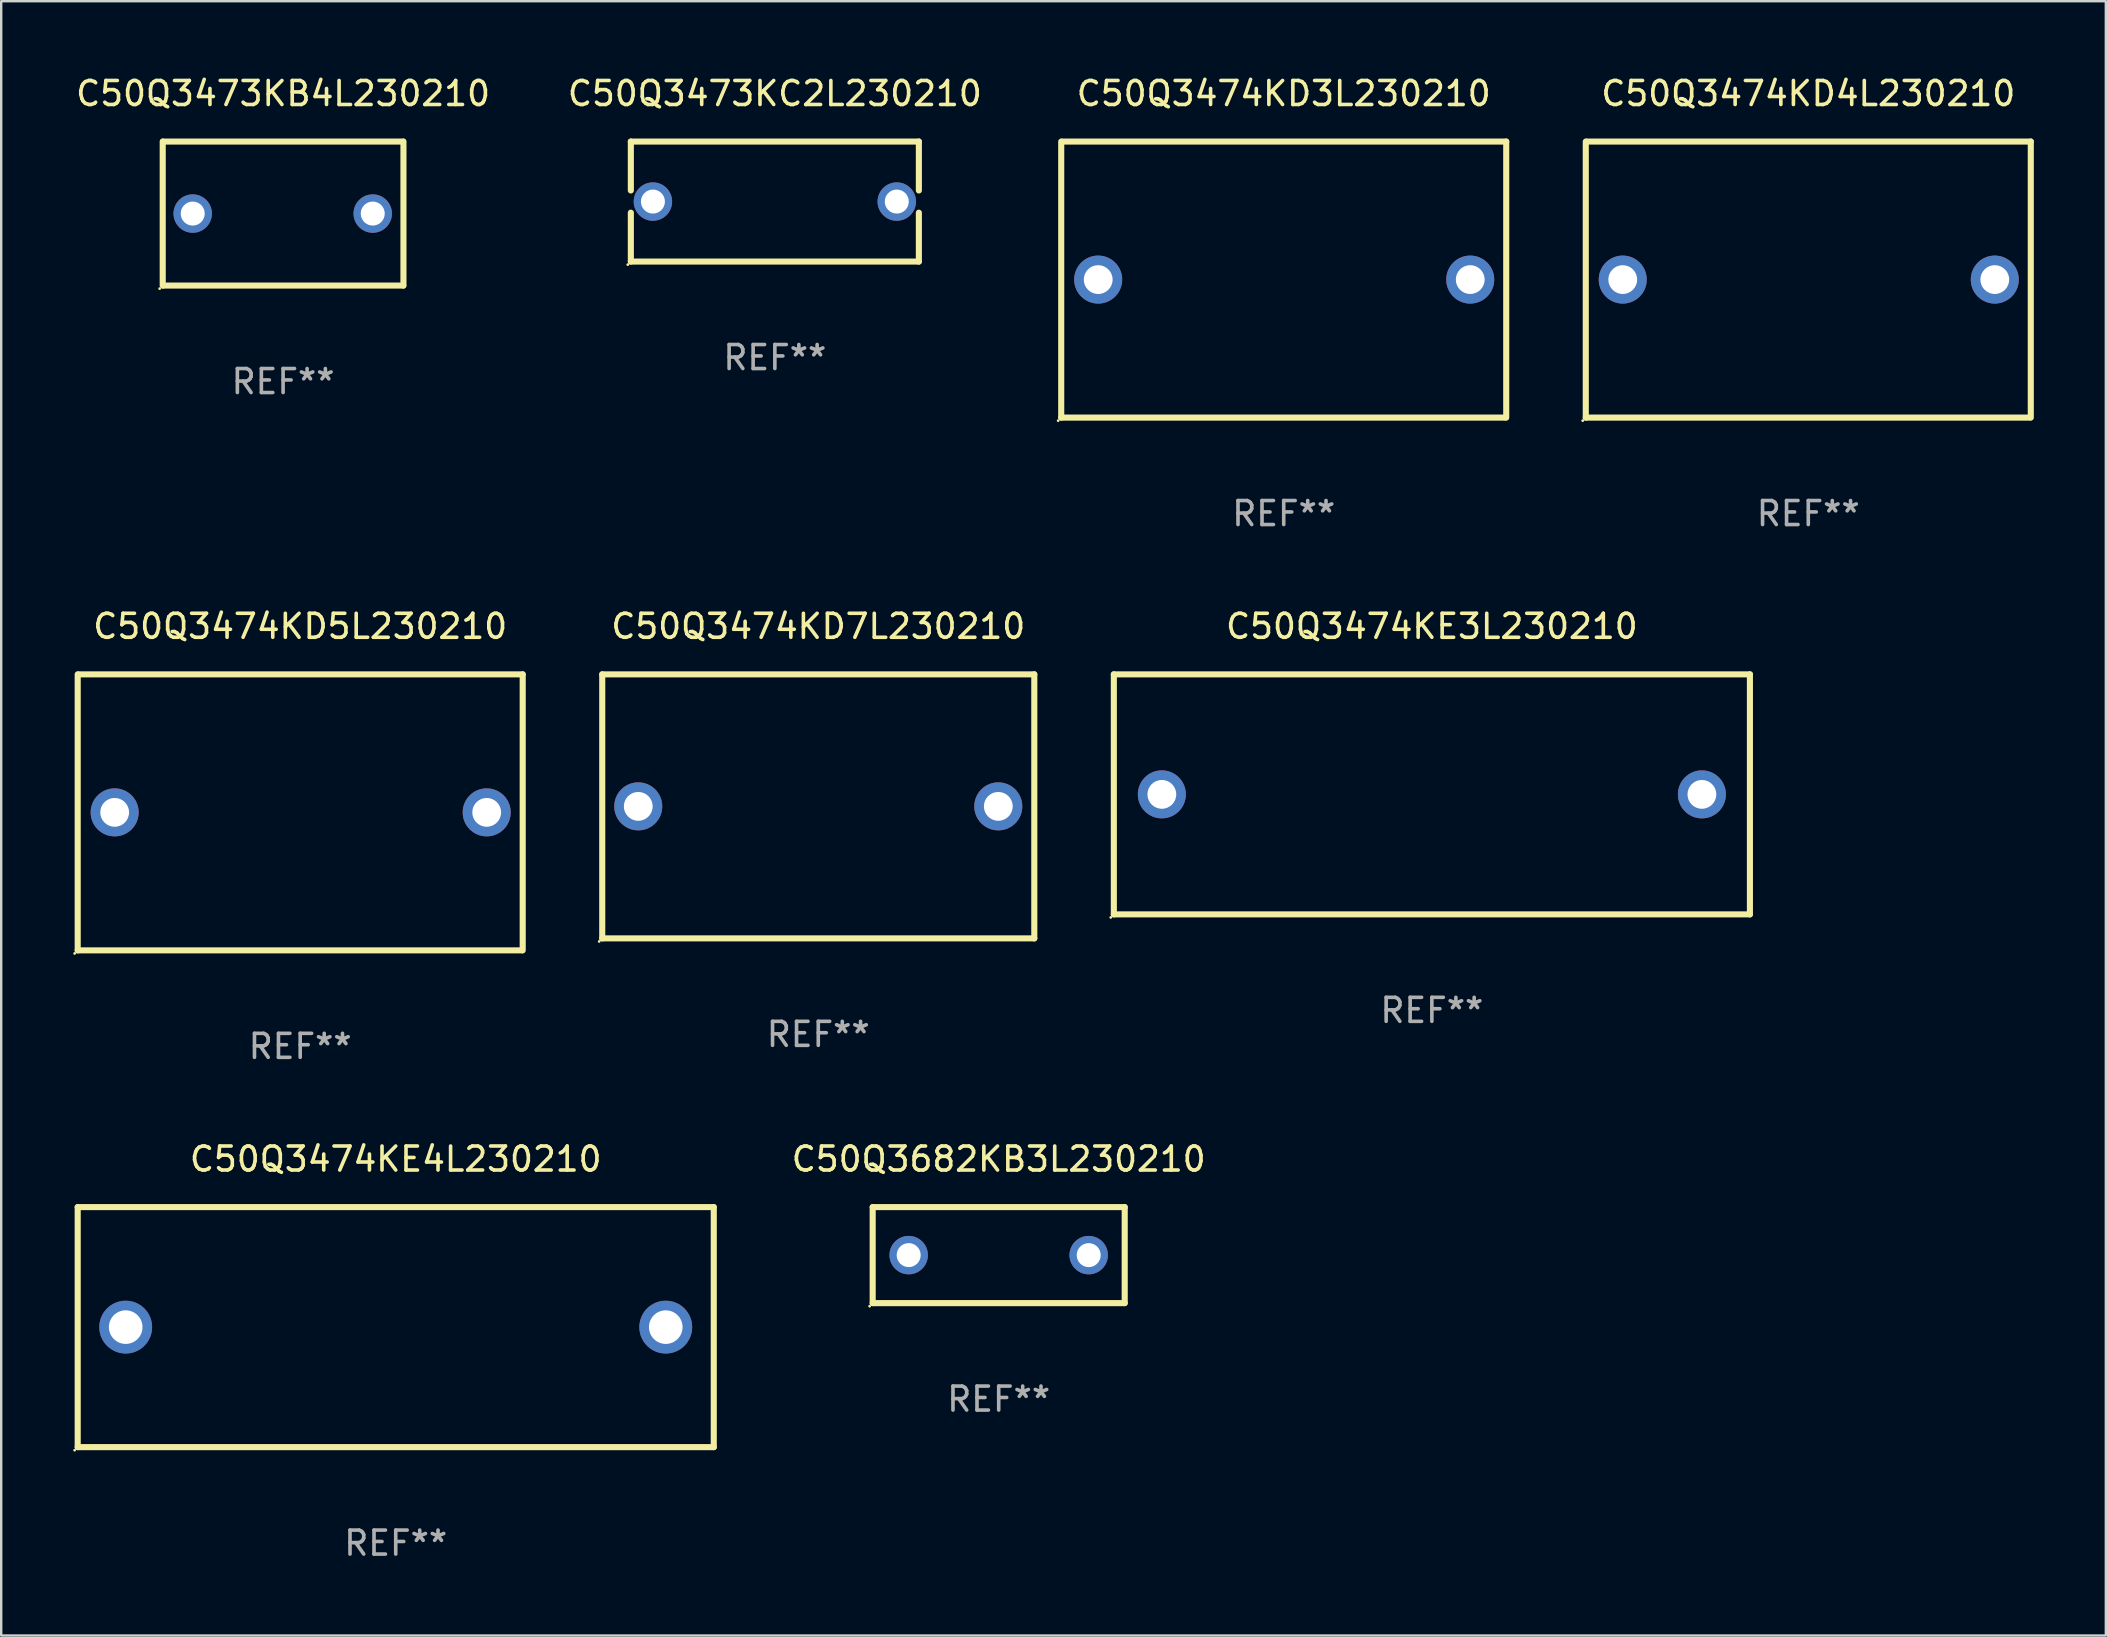
<source format=kicad_pcb>
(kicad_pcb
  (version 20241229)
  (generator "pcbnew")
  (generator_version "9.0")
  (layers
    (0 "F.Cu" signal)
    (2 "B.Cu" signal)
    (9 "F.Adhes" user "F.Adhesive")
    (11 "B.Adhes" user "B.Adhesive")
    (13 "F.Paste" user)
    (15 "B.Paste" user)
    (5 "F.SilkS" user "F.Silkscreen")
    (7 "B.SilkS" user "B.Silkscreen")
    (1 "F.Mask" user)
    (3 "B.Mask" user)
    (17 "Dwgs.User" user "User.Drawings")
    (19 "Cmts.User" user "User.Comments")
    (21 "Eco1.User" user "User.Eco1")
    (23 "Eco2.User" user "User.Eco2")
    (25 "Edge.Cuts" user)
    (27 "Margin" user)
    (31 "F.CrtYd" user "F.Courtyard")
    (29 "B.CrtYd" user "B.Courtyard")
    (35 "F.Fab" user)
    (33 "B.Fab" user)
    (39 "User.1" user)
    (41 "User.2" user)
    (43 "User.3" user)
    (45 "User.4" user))
  (footprint "C50Q3474KD3L230210"
    (layer "F.Cu")
    (at 50.433 8.598)
    (property "Reference" "C50Q3474KD3L230210" (at 0 -7.75 0) (layer "F.SilkS") (effects (font (size 1 1) (thickness 0.15))))
    (attr through_hole)
    (fp_line (start -9.27 5.75) (end -9.27 -5.75) (stroke (width 0.254) (type solid)) (layer "F.SilkS"))
    (fp_line (start -9.23 -5.75) (end 9.27 -5.75) (stroke (width 0.254) (type solid)) (layer "F.SilkS"))
    (fp_line (start 9.23 5.75) (end -9.27 5.75) (stroke (width 0.254) (type solid)) (layer "F.SilkS"))
    (fp_line (start 9.27 -5.75) (end 9.27 5.75) (stroke (width 0.254) (type solid)) (layer "F.SilkS"))
    (fp_circle (center -9.397 5.877) (end -9.367 5.877) (stroke (width 0.06) (type solid)) (fill no) (layer "F.SilkS"))
    (fp_text user "REF**" (at 0 9.75 0) (layer "F.Fab") (effects (font (size 1 1) (thickness 0.15))))
    (pad "1" thru_hole circle (at -7.73 0) (size 2 2) (drill 1.2) (layers "*.Cu" "*.Mask"))
    (pad "2" thru_hole circle (at 7.77 0) (size 2 2) (drill 1.2) (layers "*.Cu" "*.Mask")))
  (footprint "C50Q3474KD5L230210"
    (layer "F.Cu")
    (at 9.457 30.795)
    (property "Reference" "C50Q3474KD5L230210" (at 0 -7.75 0) (layer "F.SilkS") (effects (font (size 1 1) (thickness 0.15))))
    (attr through_hole)
    (fp_line (start -9.27 5.75) (end -9.27 -5.75) (stroke (width 0.254) (type solid)) (layer "F.SilkS"))
    (fp_line (start -9.23 -5.75) (end 9.27 -5.75) (stroke (width 0.254) (type solid)) (layer "F.SilkS"))
    (fp_line (start 9.23 5.75) (end -9.27 5.75) (stroke (width 0.254) (type solid)) (layer "F.SilkS"))
    (fp_line (start 9.27 -5.75) (end 9.27 5.75) (stroke (width 0.254) (type solid)) (layer "F.SilkS"))
    (fp_circle (center -9.397 5.877) (end -9.367 5.877) (stroke (width 0.06) (type solid)) (fill no) (layer "F.SilkS"))
    (fp_text user "REF**" (at 0 9.75 0) (layer "F.Fab") (effects (font (size 1 1) (thickness 0.15))))
    (pad "1" thru_hole circle (at -7.73 0) (size 2 2) (drill 1.2) (layers "*.Cu" "*.Mask"))
    (pad "2" thru_hole circle (at 7.77 0) (size 2 2) (drill 1.2) (layers "*.Cu" "*.Mask")))
  (footprint "C50Q3474KD4L230210"
    (layer "F.Cu")
    (at 72.287 8.598)
    (property "Reference" "C50Q3474KD4L230210" (at 0 -7.75 0) (layer "F.SilkS") (effects (font (size 1 1) (thickness 0.15))))
    (attr through_hole)
    (fp_line (start -9.27 5.75) (end -9.27 -5.75) (stroke (width 0.254) (type solid)) (layer "F.SilkS"))
    (fp_line (start -9.23 -5.75) (end 9.27 -5.75) (stroke (width 0.254) (type solid)) (layer "F.SilkS"))
    (fp_line (start 9.23 5.75) (end -9.27 5.75) (stroke (width 0.254) (type solid)) (layer "F.SilkS"))
    (fp_line (start 9.27 -5.75) (end 9.27 5.75) (stroke (width 0.254) (type solid)) (layer "F.SilkS"))
    (fp_circle (center -9.397 5.877) (end -9.367 5.877) (stroke (width 0.06) (type solid)) (fill no) (layer "F.SilkS"))
    (fp_text user "REF**" (at 0 9.75 0) (layer "F.Fab") (effects (font (size 1 1) (thickness 0.15))))
    (pad "1" thru_hole circle (at -7.73 0) (size 2 2) (drill 1.2) (layers "*.Cu" "*.Mask"))
    (pad "2" thru_hole circle (at 7.77 0) (size 2 2) (drill 1.2) (layers "*.Cu" "*.Mask")))
  (footprint "C50Q3473KB4L230210"
    (layer "F.Cu")
    (at 8.744 5.848)
    (property "Reference" "C50Q3473KB4L230210" (at 0 -5 0) (layer "F.SilkS") (effects (font (size 1 1) (thickness 0.15))))
    (attr through_hole)
    (fp_line (start -5.015 3) (end -5.015 -3) (stroke (width 0.254) (type solid)) (layer "F.SilkS"))
    (fp_line (start -5.005 -3) (end 4.995 -3) (stroke (width 0.254) (type solid)) (layer "F.SilkS"))
    (fp_line (start 5.005 3) (end -4.995 3) (stroke (width 0.254) (type solid)) (layer "F.SilkS"))
    (fp_line (start 5.015 -3) (end 5.015 3) (stroke (width 0.254) (type solid)) (layer "F.SilkS"))
    (fp_circle (center -5.142 3.127) (end -5.112 3.127) (stroke (width 0.06) (type solid)) (fill no) (layer "F.SilkS"))
    (fp_text user "REF**" (at 0 7 0) (layer "F.Fab") (effects (font (size 1 1) (thickness 0.15))))
    (pad "1" thru_hole circle (at -3.765 0) (size 1.6 1.6) (drill 1) (layers "*.Cu" "*.Mask"))
    (pad "2" thru_hole circle (at 3.735 0) (size 1.6 1.6) (drill 1) (layers "*.Cu" "*.Mask")))
  (footprint "C50Q3474KD7L230210"
    (layer "F.Cu")
    (at 31.041 30.545)
    (property "Reference" "C50Q3474KD7L230210" (at 0 -7.5 0) (layer "F.SilkS") (effects (font (size 1 1) (thickness 0.15))))
    (attr through_hole)
    (fp_line (start -9 -5.5) (end 9 -5.5) (stroke (width 0.254) (type solid)) (layer "F.SilkS"))
    (fp_line (start -9 5.5) (end -9 -5.5) (stroke (width 0.254) (type solid)) (layer "F.SilkS"))
    (fp_line (start 9 -5.5) (end 9 5.5) (stroke (width 0.254) (type solid)) (layer "F.SilkS"))
    (fp_line (start 9 5.5) (end -9 5.5) (stroke (width 0.254) (type solid)) (layer "F.SilkS"))
    (fp_circle (center -9.127 5.627) (end -9.097 5.627) (stroke (width 0.06) (type solid)) (fill no) (layer "F.SilkS"))
    (fp_text user "REF**" (at 0 9.5 0) (layer "F.Fab") (effects (font (size 1 1) (thickness 0.15))))
    (pad "1" thru_hole circle (at -7.5 0) (size 2 2) (drill 1.2) (layers "*.Cu" "*.Mask"))
    (pad "2" thru_hole circle (at 7.5 0) (size 2 2) (drill 1.2) (layers "*.Cu" "*.Mask")))
  (footprint "C50Q3474KE3L230210"
    (layer "F.Cu")
    (at 56.605 30.045)
    (property "Reference" "C50Q3474KE3L230210" (at 0 -7 0) (layer "F.SilkS") (effects (font (size 1 1) (thickness 0.15))))
    (attr through_hole)
    (fp_line (start -13.25 -5) (end 13.25 -5) (stroke (width 0.254) (type solid)) (layer "F.SilkS"))
    (fp_line (start -13.25 5) (end -13.25 -5) (stroke (width 0.254) (type solid)) (layer "F.SilkS"))
    (fp_line (start 13.25 -5) (end 13.25 5) (stroke (width 0.254) (type solid)) (layer "F.SilkS"))
    (fp_line (start 13.25 5) (end -13.25 5) (stroke (width 0.254) (type solid)) (layer "F.SilkS"))
    (fp_circle (center -13.377 5.127) (end -13.347 5.127) (stroke (width 0.06) (type solid)) (fill no) (layer "F.SilkS"))
    (fp_text user "REF**" (at 0 9 0) (layer "F.Fab") (effects (font (size 1 1) (thickness 0.15))))
    (pad "1" thru_hole circle (at -11.25 0) (size 2 2) (drill 1.2) (layers "*.Cu" "*.Mask"))
    (pad "2" thru_hole circle (at 11.25 0) (size 2 2) (drill 1.2) (layers "*.Cu" "*.Mask")))
  (footprint "C50Q3473KC2L230210"
    (layer "F.Cu")
    (at 29.232 5.348)
    (property "Reference" "C50Q3473KC2L230210" (at 0 -4.5 0) (layer "F.SilkS") (effects (font (size 1 1) (thickness 0.15))))
    (attr through_hole)
    (fp_line (start -6 -2.5) (end 6 -2.5) (stroke (width 0.254) (type solid)) (layer "F.SilkS"))
    (fp_line (start -6 -0.463) (end -6 -2.5) (stroke (width 0.254) (type solid)) (layer "F.SilkS"))
    (fp_line (start -6 2.5) (end -6 0.463) (stroke (width 0.254) (type solid)) (layer "F.SilkS"))
    (fp_line (start 6 -2.5) (end 6 -0.463) (stroke (width 0.254) (type solid)) (layer "F.SilkS"))
    (fp_line (start 6 0.463) (end 6 2.5) (stroke (width 0.254) (type solid)) (layer "F.SilkS"))
    (fp_line (start 6 2.5) (end -6 2.5) (stroke (width 0.254) (type solid)) (layer "F.SilkS"))
    (fp_circle (center -6.127 2.627) (end -6.097 2.627) (stroke (width 0.06) (type solid)) (fill no) (layer "F.SilkS"))
    (fp_text user "REF**" (at 0 6.5 0) (layer "F.Fab") (effects (font (size 1 1) (thickness 0.15))))
    (pad "1" thru_hole circle (at -5.08 0) (size 1.6 1.6) (drill 1) (layers "*.Cu" "*.Mask"))
    (pad "2" thru_hole circle (at 5.08 0) (size 1.6 1.6) (drill 1) (layers "*.Cu" "*.Mask")))
  (footprint "C50Q3474KE4L230210"
    (layer "F.Cu")
    (at 13.437 52.241)
    (property "Reference" "C50Q3474KE4L230210" (at 0 -7 0) (layer "F.SilkS") (effects (font (size 1 1) (thickness 0.15))))
    (attr through_hole)
    (fp_line (start -13.25 -5) (end 13.25 -5) (stroke (width 0.254) (type solid)) (layer "F.SilkS"))
    (fp_line (start -13.25 5) (end -13.25 -5) (stroke (width 0.254) (type solid)) (layer "F.SilkS"))
    (fp_line (start 13.25 -5) (end 13.25 5) (stroke (width 0.254) (type solid)) (layer "F.SilkS"))
    (fp_line (start 13.25 5) (end -13.25 5) (stroke (width 0.254) (type solid)) (layer "F.SilkS"))
    (fp_circle (center -13.377 5.127) (end -13.347 5.127) (stroke (width 0.06) (type solid)) (fill no) (layer "F.SilkS"))
    (fp_text user "REF**" (at 0 9 0) (layer "F.Fab") (effects (font (size 1 1) (thickness 0.15))))
    (pad "1" thru_hole circle (at -11.25 0) (size 2.2 2.2) (drill 1.4) (layers "*.Cu" "*.Mask"))
    (pad "2" thru_hole circle (at 11.25 0) (size 2.2 2.2) (drill 1.4) (layers "*.Cu" "*.Mask")))
  (footprint "C50Q3682KB3L230210"
    (layer "F.Cu")
    (at 38.558 49.241)
    (property "Reference" "C50Q3682KB3L230210" (at 0 -4 0) (layer "F.SilkS") (effects (font (size 1 1) (thickness 0.15))))
    (attr through_hole)
    (fp_line (start -5.25 -2) (end 5.25 -2) (stroke (width 0.254) (type solid)) (layer "F.SilkS"))
    (fp_line (start -5.25 2) (end -5.25 -2) (stroke (width 0.254) (type solid)) (layer "F.SilkS"))
    (fp_line (start 5.25 -2) (end 5.25 2) (stroke (width 0.254) (type solid)) (layer "F.SilkS"))
    (fp_line (start 5.25 2) (end -5.25 2) (stroke (width 0.254) (type solid)) (layer "F.SilkS"))
    (fp_circle (center -5.377 2.127) (end -5.347 2.127) (stroke (width 0.06) (type solid)) (fill no) (layer "F.SilkS"))
    (fp_text user "REF**" (at 0 6 0) (layer "F.Fab") (effects (font (size 1 1) (thickness 0.15))))
    (pad "1" thru_hole circle (at -3.75 0) (size 1.6 1.6) (drill 1) (layers "*.Cu" "*.Mask"))
    (pad "2" thru_hole circle (at 3.75 0) (size 1.6 1.6) (drill 1) (layers "*.Cu" "*.Mask")))
  (gr_rect
    (start -3 -3)
    (end 84.684 65.09)
    (stroke (width 0.1) (type default))
    (fill no)
    (layer "Edge.Cuts")))
</source>
